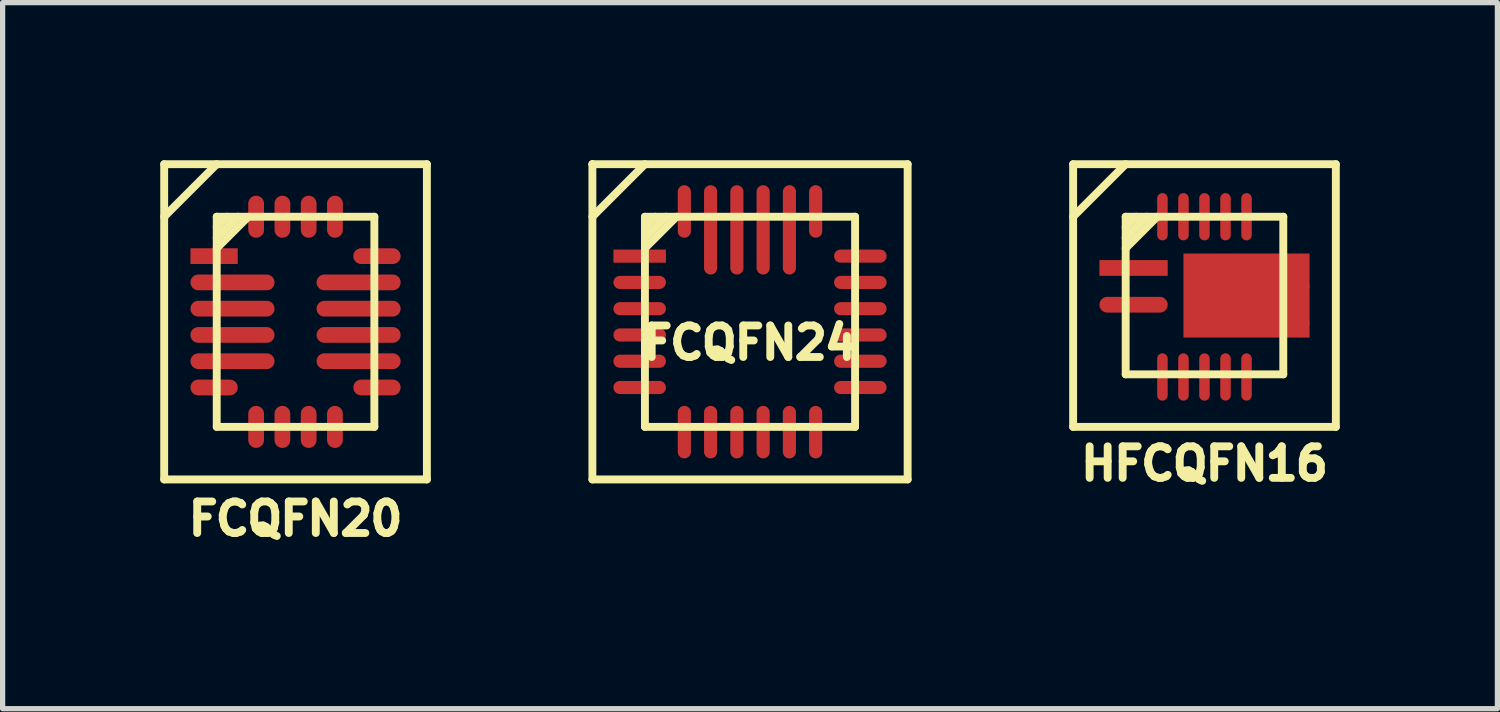
<source format=kicad_pcb>
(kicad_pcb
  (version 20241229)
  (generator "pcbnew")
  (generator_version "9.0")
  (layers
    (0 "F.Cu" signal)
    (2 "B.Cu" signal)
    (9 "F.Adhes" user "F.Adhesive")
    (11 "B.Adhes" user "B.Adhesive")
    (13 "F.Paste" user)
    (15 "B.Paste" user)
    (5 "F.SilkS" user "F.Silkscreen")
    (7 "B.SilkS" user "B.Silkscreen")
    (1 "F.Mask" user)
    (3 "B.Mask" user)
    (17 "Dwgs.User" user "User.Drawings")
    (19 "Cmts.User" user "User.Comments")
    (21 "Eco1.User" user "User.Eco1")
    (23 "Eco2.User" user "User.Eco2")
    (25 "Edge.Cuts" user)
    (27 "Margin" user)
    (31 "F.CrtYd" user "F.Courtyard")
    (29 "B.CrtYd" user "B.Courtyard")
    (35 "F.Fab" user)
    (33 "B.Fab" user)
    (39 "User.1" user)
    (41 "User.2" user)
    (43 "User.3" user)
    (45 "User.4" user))
  (footprint "FCQFN20"
    (layer "F.Cu")
    (at 2.575 3.075)
    (property "Reference" "FCQFN20" (at 0 3.75 0) (layer "F.SilkS") (effects (font (size 0.6 0.6) (thickness 0.15))))
    (attr smd)
    (fp_line (start -2.5 -3) (end 2.5 -3) (stroke (width 0.15) (type solid)) (layer "F.SilkS"))
    (fp_line (start -2.5 3) (end -2.5 -3) (stroke (width 0.15) (type solid)) (layer "F.SilkS"))
    (fp_line (start -1.5 -3) (end -2.5 -2) (stroke (width 0.15) (type solid)) (layer "F.SilkS"))
    (fp_line (start -1.5 -2) (end 1.5 -2) (stroke (width 0.15) (type solid)) (layer "F.SilkS"))
    (fp_line (start -1.5 -1.8) (end -1.3 -2) (stroke (width 0.15) (type solid)) (layer "F.SilkS"))
    (fp_line (start -1.5 -1.6) (end -1.1 -2) (stroke (width 0.15) (type solid)) (layer "F.SilkS"))
    (fp_line (start -1.5 2) (end -1.5 -2) (stroke (width 0.15) (type solid)) (layer "F.SilkS"))
    (fp_line (start -0.9 -2) (end -1.5 -1.4) (stroke (width 0.15) (type solid)) (layer "F.SilkS"))
    (fp_line (start 1.5 -2) (end 1.5 2) (stroke (width 0.15) (type solid)) (layer "F.SilkS"))
    (fp_line (start 1.5 2) (end -1.5 2) (stroke (width 0.15) (type solid)) (layer "F.SilkS"))
    (fp_line (start 2.5 -3) (end 2.5 3) (stroke (width 0.15) (type solid)) (layer "F.SilkS"))
    (fp_line (start 2.5 3) (end -2.5 3) (stroke (width 0.15) (type solid)) (layer "F.SilkS"))
    (pad "1" smd rect (at -1.55 -1.25) (size 0.9 0.3) (layers "F.Cu" "F.Mask" "F.Paste"))
    (pad "2" smd oval (at -1.2 -0.75) (size 1.6 0.3) (layers "F.Cu" "F.Mask" "F.Paste"))
    (pad "3" smd oval (at -1.2 -0.25) (size 1.6 0.3) (layers "F.Cu" "F.Mask" "F.Paste"))
    (pad "4" smd oval (at -1.2 0.25) (size 1.6 0.3) (layers "F.Cu" "F.Mask" "F.Paste"))
    (pad "5" smd oval (at -1.2 0.75) (size 1.6 0.3) (layers "F.Cu" "F.Mask" "F.Paste"))
    (pad "6" smd oval (at -1.55 1.25) (size 0.9 0.3) (layers "F.Cu" "F.Mask" "F.Paste"))
    (pad "7" smd oval (at -0.75 2 90) (size 0.8 0.3) (layers "F.Cu" "F.Mask" "F.Paste"))
    (pad "8" smd oval (at -0.25 2 90) (size 0.8 0.3) (layers "F.Cu" "F.Mask" "F.Paste"))
    (pad "9" smd oval (at 0.25 2 90) (size 0.8 0.3) (layers "F.Cu" "F.Mask" "F.Paste"))
    (pad "10" smd oval (at 0.75 2 90) (size 0.8 0.3) (layers "F.Cu" "F.Mask" "F.Paste"))
    (pad "11" smd oval (at 1.55 1.25) (size 0.9 0.3) (layers "F.Cu" "F.Mask" "F.Paste"))
    (pad "12" smd oval (at 1.2 0.75) (size 1.6 0.3) (layers "F.Cu" "F.Mask" "F.Paste"))
    (pad "13" smd oval (at 1.2 0.25) (size 1.6 0.3) (layers "F.Cu" "F.Mask" "F.Paste"))
    (pad "14" smd oval (at 1.2 -0.25) (size 1.6 0.3) (layers "F.Cu" "F.Mask" "F.Paste"))
    (pad "15" smd oval (at 1.2 -0.75) (size 1.6 0.3) (layers "F.Cu" "F.Mask" "F.Paste"))
    (pad "16" smd oval (at 1.55 -1.25) (size 0.9 0.3) (layers "F.Cu" "F.Mask" "F.Paste"))
    (pad "17" smd oval (at 0.75 -2 90) (size 0.8 0.3) (layers "F.Cu" "F.Mask" "F.Paste"))
    (pad "18" smd oval (at 0.25 -2 90) (size 0.8 0.3) (layers "F.Cu" "F.Mask" "F.Paste"))
    (pad "19" smd oval (at -0.25 -2 90) (size 0.8 0.3) (layers "F.Cu" "F.Mask" "F.Paste"))
    (pad "20" smd oval (at -0.75 -2 90) (size 0.8 0.3) (layers "F.Cu" "F.Mask" "F.Paste")))
  (footprint "HFCQFN16"
    (layer "F.Cu")
    (at 19.875 2.575)
    (property "Reference" "HFCQFN16" (at 0 3.2 0) (layer "F.SilkS") (effects (font (size 0.6 0.6) (thickness 0.15))))
    (attr smd)
    (fp_line (start -2.5 -2.5) (end 2.5 -2.5) (stroke (width 0.15) (type solid)) (layer "F.SilkS"))
    (fp_line (start -2.5 2.5) (end -2.5 -2.5) (stroke (width 0.15) (type solid)) (layer "F.SilkS"))
    (fp_line (start -1.5 -2.5) (end -2.5 -1.5) (stroke (width 0.15) (type solid)) (layer "F.SilkS"))
    (fp_line (start -1.5 -1.5) (end 1.5 -1.5) (stroke (width 0.15) (type solid)) (layer "F.SilkS"))
    (fp_line (start -1.5 -1.3) (end -1.3 -1.5) (stroke (width 0.15) (type solid)) (layer "F.SilkS"))
    (fp_line (start -1.5 -1.1) (end -1.1 -1.5) (stroke (width 0.15) (type solid)) (layer "F.SilkS"))
    (fp_line (start -1.5 1.5) (end -1.5 -1.5) (stroke (width 0.15) (type solid)) (layer "F.SilkS"))
    (fp_line (start -0.9 -1.5) (end -1.5 -0.9) (stroke (width 0.15) (type solid)) (layer "F.SilkS"))
    (fp_line (start 1.5 -1.5) (end 1.5 1.5) (stroke (width 0.15) (type solid)) (layer "F.SilkS"))
    (fp_line (start 1.5 1.5) (end -1.5 1.5) (stroke (width 0.15) (type solid)) (layer "F.SilkS"))
    (fp_line (start 2.5 -2.5) (end 2.5 2.5) (stroke (width 0.15) (type solid)) (layer "F.SilkS"))
    (fp_line (start 2.5 2.5) (end -2.5 2.5) (stroke (width 0.15) (type solid)) (layer "F.SilkS"))
    (pad "1" smd rect (at -1.35 -0.525) (size 1.3 0.3) (layers "F.Cu" "F.Mask" "F.Paste"))
    (pad "2" smd oval (at -1.35 0.175) (size 1.3 0.3) (layers "F.Cu" "F.Mask" "F.Paste"))
    (pad "3" smd oval (at -0.8 1.55 270) (size 0.9 0.2) (layers "F.Cu" "F.Mask" "F.Paste"))
    (pad "4" smd oval (at -0.4 1.55 270) (size 0.9 0.2) (layers "F.Cu" "F.Mask" "F.Paste"))
    (pad "5" smd oval (at 0 1.55 270) (size 0.9 0.2) (layers "F.Cu" "F.Mask" "F.Paste"))
    (pad "6" smd oval (at 0.4 1.55 270) (size 0.9 0.2) (layers "F.Cu" "F.Mask" "F.Paste"))
    (pad "7" smd oval (at 0.8 1.55 270) (size 0.9 0.2) (layers "F.Cu" "F.Mask" "F.Paste"))
    (pad "8" smd oval (at 1.35 0.525) (size 1.3 0.3) (layers "F.Cu" "F.Mask" "F.Paste"))
    (pad "9" smd rect (at 0.8 0) (size 2.4 1.6) (layers "F.Cu"))
    (pad "9" smd oval (at 1.35 -0.175) (size 1.3 0.3) (layers "F.Cu" "F.Mask" "F.Paste"))
    (pad "10" smd oval (at 0.8 -1.5 270) (size 0.9 0.2) (layers "F.Cu" "F.Mask" "F.Paste"))
    (pad "11" smd oval (at 0.4 -1.5 270) (size 0.9 0.2) (layers "F.Cu" "F.Mask" "F.Paste"))
    (pad "12" smd oval (at 0 -1.5 270) (size 0.9 0.2) (layers "F.Cu" "F.Mask" "F.Paste"))
    (pad "13" smd oval (at -0.4 -1.5 270) (size 0.9 0.2) (layers "F.Cu" "F.Mask" "F.Paste"))
    (pad "14" smd oval (at -0.8 -1.5 270) (size 0.9 0.2) (layers "F.Cu" "F.Mask" "F.Paste"))
    (pad "15" smd rect (at 0 -0.165) (size 0.65 0.3) (layers "F.Cu" "F.Mask" "F.Paste"))
    (pad "16" smd rect (at 0 0.435) (size 0.65 0.3) (layers "F.Cu" "F.Mask" "F.Paste")))
  (footprint "FCQFN24"
    (layer "F.Cu")
    (at 11.225 3.075)
    (property "Reference" "FCQFN24" (at 0 0.4 0) (layer "F.SilkS") (effects (font (size 0.6 0.6) (thickness 0.15))))
    (attr smd)
    (fp_line (start -3 -3) (end -3 -3) (stroke (width 0.15) (type solid)) (layer "F.SilkS"))
    (fp_line (start -3 -3) (end 3 -3) (stroke (width 0.15) (type solid)) (layer "F.SilkS"))
    (fp_line (start -3 3) (end -3 -3) (stroke (width 0.15) (type solid)) (layer "F.SilkS"))
    (fp_line (start -2 -3) (end -3 -2) (stroke (width 0.15) (type solid)) (layer "F.SilkS"))
    (fp_line (start -2 -2) (end 2 -2) (stroke (width 0.15) (type solid)) (layer "F.SilkS"))
    (fp_line (start -2 -1.6) (end -1.6 -2) (stroke (width 0.15) (type solid)) (layer "F.SilkS"))
    (fp_line (start -2 2) (end -2 -2) (stroke (width 0.15) (type solid)) (layer "F.SilkS"))
    (fp_line (start -1.8 -2) (end -2 -1.8) (stroke (width 0.15) (type solid)) (layer "F.SilkS"))
    (fp_line (start -1.4 -2) (end -2 -1.4) (stroke (width 0.15) (type solid)) (layer "F.SilkS"))
    (fp_line (start 2 -2) (end 2 2) (stroke (width 0.15) (type solid)) (layer "F.SilkS"))
    (fp_line (start 2 2) (end -2 2) (stroke (width 0.15) (type solid)) (layer "F.SilkS"))
    (fp_line (start 3 -3) (end 3 3) (stroke (width 0.15) (type solid)) (layer "F.SilkS"))
    (fp_line (start 3 3) (end -3 3) (stroke (width 0.15) (type solid)) (layer "F.SilkS"))
    (pad "1" smd rect (at -2.1 -1.25) (size 1 0.25) (layers "F.Cu" "F.Mask" "F.Paste"))
    (pad "2" smd oval (at -2.1 -0.75) (size 1 0.25) (layers "F.Cu" "F.Mask" "F.Paste"))
    (pad "3" smd oval (at -2.1 -0.25) (size 1 0.25) (layers "F.Cu" "F.Mask" "F.Paste"))
    (pad "4" smd oval (at -2.1 0.25) (size 1 0.25) (layers "F.Cu" "F.Mask" "F.Paste"))
    (pad "5" smd oval (at -2.1 0.75) (size 1 0.25) (layers "F.Cu" "F.Mask" "F.Paste"))
    (pad "6" smd oval (at -2.1 1.25) (size 1 0.25) (layers "F.Cu" "F.Mask" "F.Paste"))
    (pad "7" smd oval (at -1.25 2.1 270) (size 1 0.25) (layers "F.Cu" "F.Mask" "F.Paste"))
    (pad "8" smd oval (at -0.75 2.1 270) (size 1 0.25) (layers "F.Cu" "F.Mask" "F.Paste"))
    (pad "9" smd oval (at -0.25 2.1 270) (size 1 0.25) (layers "F.Cu" "F.Mask" "F.Paste"))
    (pad "10" smd oval (at 0.25 2.1 270) (size 1 0.25) (layers "F.Cu" "F.Mask" "F.Paste"))
    (pad "11" smd oval (at 0.75 2.1 270) (size 1 0.25) (layers "F.Cu" "F.Mask" "F.Paste"))
    (pad "12" smd oval (at 1.25 2.1 270) (size 1 0.25) (layers "F.Cu" "F.Mask" "F.Paste"))
    (pad "13" smd oval (at 2.1 1.25) (size 1 0.25) (layers "F.Cu" "F.Mask" "F.Paste"))
    (pad "14" smd oval (at 2.1 0.75) (size 1 0.25) (layers "F.Cu" "F.Mask" "F.Paste"))
    (pad "15" smd oval (at 2.1 0.25) (size 1 0.25) (layers "F.Cu" "F.Mask" "F.Paste"))
    (pad "16" smd oval (at 2.1 -0.25) (size 1 0.25) (layers "F.Cu" "F.Mask" "F.Paste"))
    (pad "17" smd oval (at 2.1 -0.75) (size 1 0.25) (layers "F.Cu" "F.Mask" "F.Paste"))
    (pad "18" smd oval (at 2.1 -1.25) (size 1 0.25) (layers "F.Cu" "F.Mask" "F.Paste"))
    (pad "19" smd oval (at 1.25 -2.1 270) (size 1 0.25) (layers "F.Cu" "F.Mask" "F.Paste"))
    (pad "20" smd oval (at 0.75 -1.75 270) (size 1.7 0.25) (layers "F.Cu" "F.Mask" "F.Paste"))
    (pad "21" smd oval (at 0.25 -1.75 270) (size 1.7 0.25) (layers "F.Cu" "F.Mask" "F.Paste"))
    (pad "22" smd oval (at -0.25 -1.75 270) (size 1.7 0.25) (layers "F.Cu" "F.Mask" "F.Paste"))
    (pad "23" smd oval (at -0.75 -1.75 270) (size 1.7 0.25) (layers "F.Cu" "F.Mask" "F.Paste"))
    (pad "24" smd oval (at -1.25 -2.1 270) (size 1 0.25) (layers "F.Cu" "F.Mask" "F.Paste")))
  (gr_rect
    (start -3 -3)
    (end 25.45 10.439)
    (stroke (width 0.1) (type default))
    (fill no)
    (layer "Edge.Cuts")))
</source>
